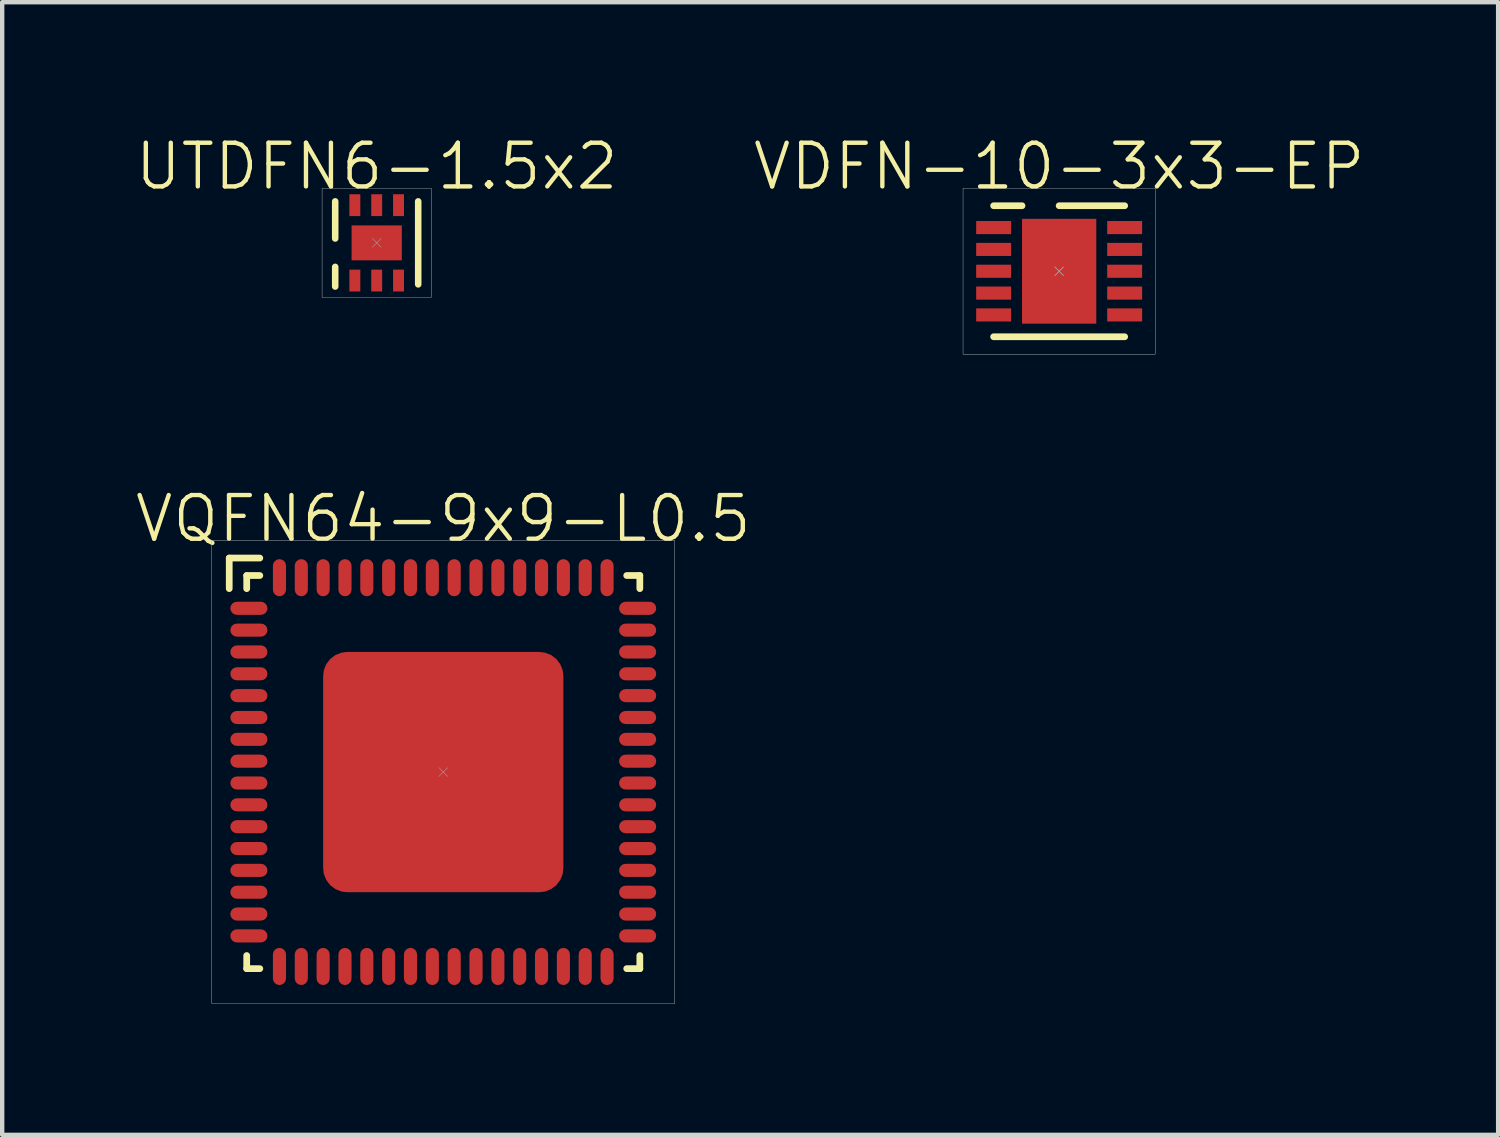
<source format=kicad_pcb>
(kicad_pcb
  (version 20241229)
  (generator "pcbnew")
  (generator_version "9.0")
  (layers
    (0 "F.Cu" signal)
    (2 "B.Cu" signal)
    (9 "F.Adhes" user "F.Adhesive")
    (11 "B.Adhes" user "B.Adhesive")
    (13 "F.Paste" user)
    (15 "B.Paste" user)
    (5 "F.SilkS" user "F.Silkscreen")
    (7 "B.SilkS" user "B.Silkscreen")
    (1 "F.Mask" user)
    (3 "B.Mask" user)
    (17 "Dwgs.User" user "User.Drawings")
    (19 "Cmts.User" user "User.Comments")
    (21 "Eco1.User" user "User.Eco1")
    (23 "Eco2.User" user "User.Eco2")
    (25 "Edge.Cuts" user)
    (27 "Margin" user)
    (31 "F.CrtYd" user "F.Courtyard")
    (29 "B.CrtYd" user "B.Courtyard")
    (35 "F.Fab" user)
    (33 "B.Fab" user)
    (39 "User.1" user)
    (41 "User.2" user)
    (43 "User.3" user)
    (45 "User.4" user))
  (footprint "VDFN-10-3x3-EP"
    (layer "F.Cu")
    (at 21.198 3.16)
    (property "Reference" "VDFN-10-3x3-EP" (at 0 -2.4 0) (unlocked yes) (layer "F.SilkS") (effects (font (size 1 1) (thickness 0.1))))
    (attr smd)
    (fp_line (start -1.5 -1.5) (end -0.85 -1.5) (stroke (width 0.154) (type default)) (layer "F.SilkS"))
    (fp_line (start 1.5 -1.5) (end 0 -1.5) (stroke (width 0.154) (type default)) (layer "F.SilkS"))
    (fp_line (start 1.5 1.5) (end -1.5 1.5) (stroke (width 0.154) (type default)) (layer "F.SilkS"))
    (fp_line (start -0.1 -0.1) (end 0.1 0.1) (stroke (width 0.01) (type default)) (layer "F.Fab"))
    (fp_line (start -0.1 -0.1) (end 0.1 0.1) (stroke (width 0.01) (type default)) (layer "F.Fab"))
    (fp_line (start 0.1 -0.1) (end -0.1 0.1) (stroke (width 0.01) (type default)) (layer "F.Fab"))
    (fp_line (start 0.1 -0.1) (end -0.1 0.1) (stroke (width 0.01) (type default)) (layer "F.Fab"))
    (fp_rect (start -2.2 -1.9) (end 2.2 1.9) (stroke (width 0.01) (type default)) (fill no) (layer "F.Fab"))
    (pad "1" smd rect (at -1.5 -1 180) (size 0.8 0.3) (layers "F.Cu" "F.Mask" "F.Paste"))
    (pad "2" smd rect (at -1.5 -0.5 180) (size 0.8 0.3) (layers "F.Cu" "F.Mask" "F.Paste"))
    (pad "3" smd rect (at -1.5 0 180) (size 0.8 0.3) (layers "F.Cu" "F.Mask" "F.Paste"))
    (pad "4" smd rect (at -1.5 0.5 180) (size 0.8 0.3) (layers "F.Cu" "F.Mask" "F.Paste"))
    (pad "5" smd rect (at -1.5 1 180) (size 0.8 0.3) (layers "F.Cu" "F.Mask" "F.Paste"))
    (pad "6" smd rect (at 1.5 1 180) (size 0.8 0.3) (layers "F.Cu" "F.Mask" "F.Paste"))
    (pad "7" smd rect (at 1.5 0.5 180) (size 0.8 0.3) (layers "F.Cu" "F.Mask" "F.Paste"))
    (pad "8" smd rect (at 1.5 0 180) (size 0.8 0.3) (layers "F.Cu" "F.Mask" "F.Paste"))
    (pad "9" smd rect (at 1.5 -0.5 180) (size 0.8 0.3) (layers "F.Cu" "F.Mask" "F.Paste"))
    (pad "10" smd rect (at 1.5 -1 180) (size 0.8 0.3) (layers "F.Cu" "F.Mask" "F.Paste"))
    (pad "11" smd rect (at 0 0 180) (size 1.7 2.4) (layers "F.Cu" "F.Mask" "F.Paste")))
  (footprint "VQFN64-9x9-L0.5"
    (layer "F.Cu")
    (at 7.098 14.626)
    (property "Reference" "VQFN64-9x9-L0.5" (at 0 -5.8 0) (unlocked yes) (layer "F.SilkS") (effects (font (size 1 1) (thickness 0.1))))
    (attr smd)
    (fp_line (start -4.9 -4.9) (end -4.2 -4.9) (stroke (width 0.154) (type default)) (layer "F.SilkS"))
    (fp_line (start -4.9 -4.2) (end -4.9 -4.9) (stroke (width 0.154) (type default)) (layer "F.SilkS"))
    (fp_line (start -4.5 -4.5) (end -4.2 -4.5) (stroke (width 0.154) (type default)) (layer "F.SilkS"))
    (fp_line (start -4.5 -4.2) (end -4.5 -4.5) (stroke (width 0.154) (type default)) (layer "F.SilkS"))
    (fp_line (start -4.5 4.2) (end -4.5 4.5) (stroke (width 0.154) (type default)) (layer "F.SilkS"))
    (fp_line (start -4.2 4.5) (end -4.5 4.5) (stroke (width 0.154) (type default)) (layer "F.SilkS"))
    (fp_line (start 4.2 -4.5) (end 4.5 -4.5) (stroke (width 0.154) (type default)) (layer "F.SilkS"))
    (fp_line (start 4.2 4.5) (end 4.5 4.5) (stroke (width 0.154) (type default)) (layer "F.SilkS"))
    (fp_line (start 4.5 -4.2) (end 4.5 -4.5) (stroke (width 0.154) (type default)) (layer "F.SilkS"))
    (fp_line (start 4.5 4.2) (end 4.5 4.5) (stroke (width 0.154) (type default)) (layer "F.SilkS"))
    (fp_line (start -0.1 -0.1) (end 0.1 0.1) (stroke (width 0.01) (type default)) (layer "F.Fab"))
    (fp_line (start 0.1 -0.1) (end -0.1 0.1) (stroke (width 0.01) (type default)) (layer "F.Fab"))
    (fp_rect (start -5.3 -5.3) (end 5.3 5.3) (stroke (width 0.01) (type default)) (fill no) (layer "F.Fab"))
    (pad "1" smd roundrect (at -4.45 -3.75 90) (size 0.3 0.85) (layers "F.Cu" "F.Mask" "F.Paste") (roundrect_rratio 0.5))
    (pad "2" smd roundrect (at -4.45 -3.25 90) (size 0.3 0.85) (layers "F.Cu" "F.Mask" "F.Paste") (roundrect_rratio 0.5))
    (pad "3" smd roundrect (at -4.45 -2.75 90) (size 0.3 0.85) (layers "F.Cu" "F.Mask" "F.Paste") (roundrect_rratio 0.5))
    (pad "4" smd roundrect (at -4.45 -2.25 90) (size 0.3 0.85) (layers "F.Cu" "F.Mask" "F.Paste") (roundrect_rratio 0.5))
    (pad "5" smd roundrect (at -4.45 -1.75 90) (size 0.3 0.85) (layers "F.Cu" "F.Mask" "F.Paste") (roundrect_rratio 0.5))
    (pad "6" smd roundrect (at -4.45 -1.25 90) (size 0.3 0.85) (layers "F.Cu" "F.Mask" "F.Paste") (roundrect_rratio 0.5))
    (pad "7" smd roundrect (at -4.45 -0.75 90) (size 0.3 0.85) (layers "F.Cu" "F.Mask" "F.Paste") (roundrect_rratio 0.5))
    (pad "8" smd roundrect (at -4.45 -0.25 90) (size 0.3 0.85) (layers "F.Cu" "F.Mask" "F.Paste") (roundrect_rratio 0.5))
    (pad "9" smd roundrect (at -4.45 0.25 90) (size 0.3 0.85) (layers "F.Cu" "F.Mask" "F.Paste") (roundrect_rratio 0.5))
    (pad "10" smd roundrect (at -4.45 0.75 90) (size 0.3 0.85) (layers "F.Cu" "F.Mask" "F.Paste") (roundrect_rratio 0.5))
    (pad "11" smd roundrect (at -4.45 1.25 90) (size 0.3 0.85) (layers "F.Cu" "F.Mask" "F.Paste") (roundrect_rratio 0.5))
    (pad "12" smd roundrect (at -4.45 1.75 90) (size 0.3 0.85) (layers "F.Cu" "F.Mask" "F.Paste") (roundrect_rratio 0.5))
    (pad "13" smd roundrect (at -4.45 2.25 90) (size 0.3 0.85) (layers "F.Cu" "F.Mask" "F.Paste") (roundrect_rratio 0.5))
    (pad "14" smd roundrect (at -4.45 2.75 90) (size 0.3 0.85) (layers "F.Cu" "F.Mask" "F.Paste") (roundrect_rratio 0.5))
    (pad "15" smd roundrect (at -4.45 3.25 90) (size 0.3 0.85) (layers "F.Cu" "F.Mask" "F.Paste") (roundrect_rratio 0.5))
    (pad "16" smd roundrect (at -4.45 3.75 90) (size 0.3 0.85) (layers "F.Cu" "F.Mask" "F.Paste") (roundrect_rratio 0.5))
    (pad "17" smd roundrect (at -3.75 4.45) (size 0.3 0.85) (layers "F.Cu" "F.Mask" "F.Paste") (roundrect_rratio 0.5))
    (pad "18" smd roundrect (at -3.25 4.45) (size 0.3 0.85) (layers "F.Cu" "F.Mask" "F.Paste") (roundrect_rratio 0.5))
    (pad "19" smd roundrect (at -2.75 4.45) (size 0.3 0.85) (layers "F.Cu" "F.Mask" "F.Paste") (roundrect_rratio 0.5))
    (pad "20" smd roundrect (at -2.25 4.45) (size 0.3 0.85) (layers "F.Cu" "F.Mask" "F.Paste") (roundrect_rratio 0.5))
    (pad "21" smd roundrect (at -1.75 4.45) (size 0.3 0.85) (layers "F.Cu" "F.Mask" "F.Paste") (roundrect_rratio 0.5))
    (pad "22" smd roundrect (at -1.25 4.45) (size 0.3 0.85) (layers "F.Cu" "F.Mask" "F.Paste") (roundrect_rratio 0.5))
    (pad "23" smd roundrect (at -0.75 4.45) (size 0.3 0.85) (layers "F.Cu" "F.Mask" "F.Paste") (roundrect_rratio 0.5))
    (pad "24" smd roundrect (at -0.25 4.45) (size 0.3 0.85) (layers "F.Cu" "F.Mask" "F.Paste") (roundrect_rratio 0.5))
    (pad "25" smd roundrect (at 0.25 4.45) (size 0.3 0.85) (layers "F.Cu" "F.Mask" "F.Paste") (roundrect_rratio 0.5))
    (pad "26" smd roundrect (at 0.75 4.45) (size 0.3 0.85) (layers "F.Cu" "F.Mask" "F.Paste") (roundrect_rratio 0.5))
    (pad "27" smd roundrect (at 1.25 4.45) (size 0.3 0.85) (layers "F.Cu" "F.Mask" "F.Paste") (roundrect_rratio 0.5))
    (pad "28" smd roundrect (at 1.75 4.45) (size 0.3 0.85) (layers "F.Cu" "F.Mask" "F.Paste") (roundrect_rratio 0.5))
    (pad "29" smd roundrect (at 2.25 4.45) (size 0.3 0.85) (layers "F.Cu" "F.Mask" "F.Paste") (roundrect_rratio 0.5))
    (pad "30" smd roundrect (at 2.75 4.45) (size 0.3 0.85) (layers "F.Cu" "F.Mask" "F.Paste") (roundrect_rratio 0.5))
    (pad "31" smd roundrect (at 3.25 4.45) (size 0.3 0.85) (layers "F.Cu" "F.Mask" "F.Paste") (roundrect_rratio 0.5))
    (pad "32" smd roundrect (at 3.75 4.45) (size 0.3 0.85) (layers "F.Cu" "F.Mask" "F.Paste") (roundrect_rratio 0.5))
    (pad "33" smd roundrect (at 4.45 3.75 90) (size 0.3 0.85) (layers "F.Cu" "F.Mask" "F.Paste") (roundrect_rratio 0.5))
    (pad "34" smd roundrect (at 4.45 3.25 90) (size 0.3 0.85) (layers "F.Cu" "F.Mask" "F.Paste") (roundrect_rratio 0.5))
    (pad "35" smd roundrect (at 4.45 2.75 90) (size 0.3 0.85) (layers "F.Cu" "F.Mask" "F.Paste") (roundrect_rratio 0.5))
    (pad "36" smd roundrect (at 4.45 2.25 90) (size 0.3 0.85) (layers "F.Cu" "F.Mask" "F.Paste") (roundrect_rratio 0.5))
    (pad "37" smd roundrect (at 4.45 1.75 90) (size 0.3 0.85) (layers "F.Cu" "F.Mask" "F.Paste") (roundrect_rratio 0.5))
    (pad "38" smd roundrect (at 4.45 1.25 90) (size 0.3 0.85) (layers "F.Cu" "F.Mask" "F.Paste") (roundrect_rratio 0.5))
    (pad "39" smd roundrect (at 4.45 0.75 90) (size 0.3 0.85) (layers "F.Cu" "F.Mask" "F.Paste") (roundrect_rratio 0.5))
    (pad "40" smd roundrect (at 4.45 0.25 90) (size 0.3 0.85) (layers "F.Cu" "F.Mask" "F.Paste") (roundrect_rratio 0.5))
    (pad "41" smd roundrect (at 4.45 -0.25 90) (size 0.3 0.85) (layers "F.Cu" "F.Mask" "F.Paste") (roundrect_rratio 0.5))
    (pad "42" smd roundrect (at 4.45 -0.75 90) (size 0.3 0.85) (layers "F.Cu" "F.Mask" "F.Paste") (roundrect_rratio 0.5))
    (pad "43" smd roundrect (at 4.45 -1.25 90) (size 0.3 0.85) (layers "F.Cu" "F.Mask" "F.Paste") (roundrect_rratio 0.5))
    (pad "44" smd roundrect (at 4.45 -1.75 90) (size 0.3 0.85) (layers "F.Cu" "F.Mask" "F.Paste") (roundrect_rratio 0.5))
    (pad "45" smd roundrect (at 4.45 -2.25 90) (size 0.3 0.85) (layers "F.Cu" "F.Mask" "F.Paste") (roundrect_rratio 0.5))
    (pad "46" smd roundrect (at 4.45 -2.75 90) (size 0.3 0.85) (layers "F.Cu" "F.Mask" "F.Paste") (roundrect_rratio 0.5))
    (pad "47" smd roundrect (at 4.45 -3.25 90) (size 0.3 0.85) (layers "F.Cu" "F.Mask" "F.Paste") (roundrect_rratio 0.5))
    (pad "48" smd roundrect (at 4.45 -3.75 90) (size 0.3 0.85) (layers "F.Cu" "F.Mask" "F.Paste") (roundrect_rratio 0.5))
    (pad "49" smd roundrect (at 3.75 -4.45) (size 0.3 0.85) (layers "F.Cu" "F.Mask" "F.Paste") (roundrect_rratio 0.5))
    (pad "50" smd roundrect (at 3.25 -4.45) (size 0.3 0.85) (layers "F.Cu" "F.Mask" "F.Paste") (roundrect_rratio 0.5))
    (pad "51" smd roundrect (at 2.75 -4.45) (size 0.3 0.85) (layers "F.Cu" "F.Mask" "F.Paste") (roundrect_rratio 0.5))
    (pad "52" smd roundrect (at 2.25 -4.45) (size 0.3 0.85) (layers "F.Cu" "F.Mask" "F.Paste") (roundrect_rratio 0.5))
    (pad "53" smd roundrect (at 1.75 -4.45) (size 0.3 0.85) (layers "F.Cu" "F.Mask" "F.Paste") (roundrect_rratio 0.5))
    (pad "54" smd roundrect (at 1.25 -4.45) (size 0.3 0.85) (layers "F.Cu" "F.Mask" "F.Paste") (roundrect_rratio 0.5))
    (pad "55" smd roundrect (at 0.75 -4.45) (size 0.3 0.85) (layers "F.Cu" "F.Mask" "F.Paste") (roundrect_rratio 0.5))
    (pad "56" smd roundrect (at 0.25 -4.45) (size 0.3 0.85) (layers "F.Cu" "F.Mask" "F.Paste") (roundrect_rratio 0.5))
    (pad "57" smd roundrect (at -0.25 -4.45) (size 0.3 0.85) (layers "F.Cu" "F.Mask" "F.Paste") (roundrect_rratio 0.5))
    (pad "58" smd roundrect (at -0.75 -4.45) (size 0.3 0.85) (layers "F.Cu" "F.Mask" "F.Paste") (roundrect_rratio 0.5))
    (pad "59" smd roundrect (at -1.25 -4.45) (size 0.3 0.85) (layers "F.Cu" "F.Mask" "F.Paste") (roundrect_rratio 0.5))
    (pad "60" smd roundrect (at -1.75 -4.45) (size 0.3 0.85) (layers "F.Cu" "F.Mask" "F.Paste") (roundrect_rratio 0.5))
    (pad "61" smd roundrect (at -2.25 -4.45) (size 0.3 0.85) (layers "F.Cu" "F.Mask" "F.Paste") (roundrect_rratio 0.5))
    (pad "62" smd roundrect (at -2.75 -4.45) (size 0.3 0.85) (layers "F.Cu" "F.Mask" "F.Paste") (roundrect_rratio 0.5))
    (pad "63" smd roundrect (at -3.25 -4.45) (size 0.3 0.85) (layers "F.Cu" "F.Mask" "F.Paste") (roundrect_rratio 0.5))
    (pad "64" smd roundrect (at -3.75 -4.45) (size 0.3 0.85) (layers "F.Cu" "F.Mask" "F.Paste") (roundrect_rratio 0.5))
    (pad "65" smd roundrect (at 0 0) (size 5.5 5.5) (layers "F.Cu" "F.Mask" "F.Paste") (roundrect_rratio 0.1)))
  (footprint "UTDFN6-1.5x2"
    (layer "F.Cu")
    (at 5.574 2.51)
    (property "Reference" "UTDFN6-1.5x2" (at 0 -1.75 0) (unlocked yes) (layer "F.SilkS") (effects (font (size 1 1) (thickness 0.1))))
    (attr smd)
    (fp_line (start -0.95 -0.95) (end -0.95 -0.1) (stroke (width 0.15) (type default)) (layer "F.SilkS"))
    (fp_line (start -0.95 0.55) (end -0.95 1) (stroke (width 0.15) (type default)) (layer "F.SilkS"))
    (fp_line (start 0.95 -0.95) (end 0.95 0.95) (stroke (width 0.15) (type default)) (layer "F.SilkS"))
    (fp_line (start -0.1 -0.1) (end 0.1 0.1) (stroke (width 0.01) (type default)) (layer "F.Fab"))
    (fp_line (start 0.1 -0.1) (end -0.1 0.1) (stroke (width 0.01) (type default)) (layer "F.Fab"))
    (fp_rect (start -1.25 -1.25) (end 1.25 1.25) (stroke (width 0.01) (type default)) (fill no) (layer "F.Fab"))
    (pad "1" smd rect (at -0.5 0.863) (size 0.25 0.5) (layers "F.Cu" "F.Mask" "F.Paste"))
    (pad "2" smd rect (at 0 0.863) (size 0.25 0.5) (layers "F.Cu" "F.Mask" "F.Paste"))
    (pad "3" smd rect (at 0.5 0.863) (size 0.25 0.5) (layers "F.Cu" "F.Mask" "F.Paste"))
    (pad "4" smd rect (at 0.5 -0.863) (size 0.25 0.5) (layers "F.Cu" "F.Mask" "F.Paste"))
    (pad "5" smd rect (at 0 -0.863) (size 0.25 0.5) (layers "F.Cu" "F.Mask" "F.Paste"))
    (pad "6" smd rect (at -0.5 -0.863) (size 0.25 0.5) (layers "F.Cu" "F.Mask" "F.Paste"))
    (pad "7" smd rect (at 0 0) (size 1.15 0.8) (layers "F.Cu" "F.Mask" "F.Paste")))
  (gr_rect
    (start -3 -3)
    (end 31.248 22.931)
    (stroke (width 0.1) (type default))
    (fill no)
    (layer "Edge.Cuts")))
</source>
